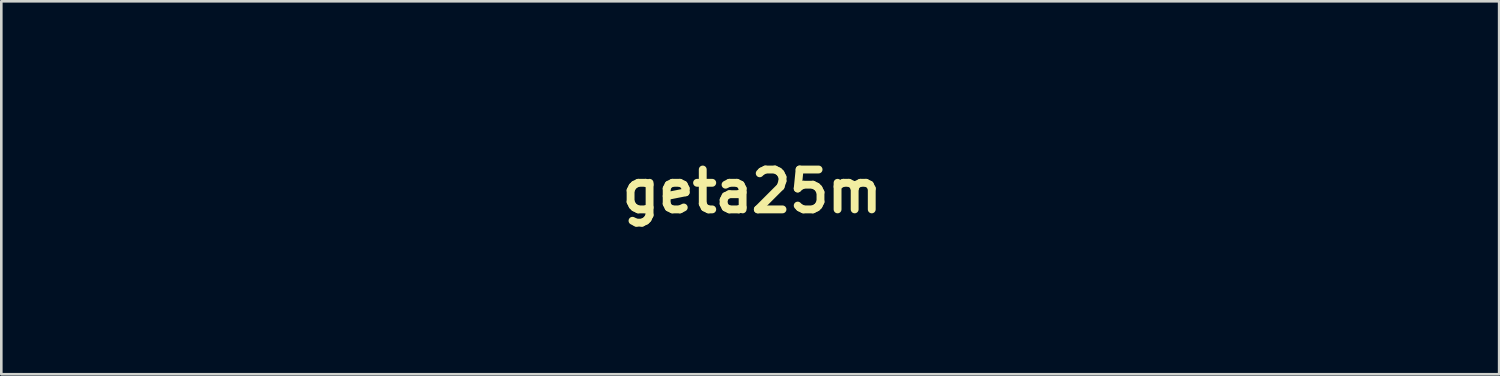
<source format=kicad_pcb>
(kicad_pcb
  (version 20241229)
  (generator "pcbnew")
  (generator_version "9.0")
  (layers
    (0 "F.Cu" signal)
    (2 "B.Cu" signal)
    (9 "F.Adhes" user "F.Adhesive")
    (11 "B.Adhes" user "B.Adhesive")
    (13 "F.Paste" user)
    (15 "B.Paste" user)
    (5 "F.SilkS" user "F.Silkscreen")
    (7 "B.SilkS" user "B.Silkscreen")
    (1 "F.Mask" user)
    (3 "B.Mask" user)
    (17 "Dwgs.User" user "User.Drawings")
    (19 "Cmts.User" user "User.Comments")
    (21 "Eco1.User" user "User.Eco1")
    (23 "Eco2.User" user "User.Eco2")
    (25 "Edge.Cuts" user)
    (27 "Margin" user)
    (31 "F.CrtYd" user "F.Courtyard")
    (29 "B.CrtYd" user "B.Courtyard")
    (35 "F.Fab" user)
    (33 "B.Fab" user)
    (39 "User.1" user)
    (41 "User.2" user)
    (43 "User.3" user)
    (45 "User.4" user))
  (footprint "geta25m"
    (layer "F.Cu")
    (at 25.695 4.263)
    (property "Reference" "geta25m" (at 0 0 0) (layer "F.SilkS") (effects (font (size 1.524 1.524) (thickness 0.3))))
    (attr through_hole)
    (fp_poly (pts (xy -13.587 -3.25) (xy -13.428 -3.201) (xy -13.321 -3.118) (xy -13.298 -3.082) (xy -13.25 -2.961) (xy -13.259 -2.871) (xy -13.329 -2.794) (xy -13.405 -2.747) (xy -13.55 -2.689) (xy -13.746 -2.641) (xy -13.975 -2.605) (xy -14.215 -2.583) (xy -14.447 -2.577) (xy -14.651 -2.589) (xy -14.788 -2.615) (xy -14.886 -2.663) (xy -14.986 -2.74) (xy -15.002 -2.756) (xy -15.106 -2.864) (xy -14.801 -3.011) (xy -14.535 -3.122) (xy -14.27 -3.202) (xy -14.017 -3.251) (xy -13.786 -3.267) (xy -13.587 -3.25)) (stroke (width 0.01) (type solid)) (fill yes) (layer "F.Mask"))
    (fp_poly (pts (xy 4.089 -3.7) (xy 4.323 -3.658) (xy 4.53 -3.594) (xy 4.694 -3.512) (xy 4.787 -3.432) (xy 4.849 -3.313) (xy 4.874 -3.164) (xy 4.865 -3.01) (xy 4.822 -2.874) (xy 4.747 -2.779) (xy 4.744 -2.777) (xy 4.619 -2.73) (xy 4.476 -2.735) (xy 4.354 -2.784) (xy 4.142 -2.932) (xy 3.936 -3.094) (xy 3.752 -3.255) (xy 3.61 -3.4) (xy 3.575 -3.441) (xy 3.495 -3.549) (xy 3.457 -3.624) (xy 3.469 -3.672) (xy 3.535 -3.699) (xy 3.662 -3.711) (xy 3.844 -3.714) (xy 4.089 -3.7)) (stroke (width 0.01) (type solid)) (fill yes) (layer "F.Mask"))
    (fp_poly (pts (xy -11.524 1.914) (xy -11.383 1.95) (xy -11.213 1.998) (xy -11.03 2.055) (xy -10.846 2.117) (xy -10.675 2.179) (xy -10.531 2.237) (xy -10.468 2.265) (xy -10.214 2.402) (xy -10.024 2.538) (xy -9.891 2.683) (xy -9.809 2.847) (xy -9.77 3.04) (xy -9.766 3.253) (xy -9.779 3.426) (xy -9.802 3.538) (xy -9.841 3.601) (xy -9.901 3.626) (xy -9.93 3.628) (xy -9.974 3.607) (xy -10.06 3.548) (xy -10.174 3.463) (xy -10.266 3.391) (xy -10.533 3.165) (xy -10.798 2.924) (xy -11.047 2.68) (xy -11.266 2.447) (xy -11.442 2.239) (xy -11.47 2.203) (xy -11.56 2.08) (xy -11.628 1.98) (xy -11.666 1.915) (xy -11.671 1.898) (xy -11.625 1.896) (xy -11.524 1.914)) (stroke (width 0.01) (type solid)) (fill yes) (layer "F.Mask"))
    (fp_poly (pts (xy -21.751 -1.623) (xy -21.607 -1.604) (xy -21.437 -1.576) (xy -21.257 -1.541) (xy -21.082 -1.501) (xy -20.944 -1.465) (xy -20.574 -1.333) (xy -20.262 -1.17) (xy -20.01 -0.976) (xy -19.823 -0.754) (xy -19.759 -0.642) (xy -19.699 -0.487) (xy -19.67 -0.335) (xy -19.675 -0.21) (xy -19.695 -0.156) (xy -19.76 -0.105) (xy -19.867 -0.062) (xy -19.986 -0.038) (xy -20.023 -0.037) (xy -20.117 -0.057) (xy -20.226 -0.105) (xy -20.247 -0.119) (xy -20.297 -0.148) (xy -20.35 -0.169) (xy -20.418 -0.183) (xy -20.512 -0.193) (xy -20.646 -0.197) (xy -20.83 -0.199) (xy -21.017 -0.2) (xy -21.66 -0.2) (xy -21.528 -0.334) (xy -21.424 -0.427) (xy -21.316 -0.504) (xy -21.275 -0.527) (xy -21.197 -0.569) (xy -21.156 -0.6) (xy -21.155 -0.604) (xy -21.175 -0.643) (xy -21.232 -0.727) (xy -21.314 -0.843) (xy -21.413 -0.978) (xy -21.519 -1.119) (xy -21.623 -1.255) (xy -21.716 -1.373) (xy -21.787 -1.459) (xy -21.816 -1.491) (xy -21.878 -1.562) (xy -21.905 -1.612) (xy -21.903 -1.622) (xy -21.855 -1.63) (xy -21.751 -1.623)) (stroke (width 0.01) (type solid)) (fill yes) (layer "F.Mask"))
    (fp_poly (pts (xy 0.676 0.555) (xy 0.865 0.592) (xy 0.99 0.654) (xy 1.048 0.74) (xy 1.039 0.844) (xy 0.961 0.965) (xy 0.915 1.013) (xy 0.838 1.08) (xy 0.717 1.181) (xy 0.566 1.303) (xy 0.399 1.436) (xy 0.312 1.503) (xy 0.07 1.699) (xy -0.138 1.887) (xy -0.309 2.06) (xy -0.438 2.213) (xy -0.519 2.341) (xy -0.549 2.439) (xy -0.53 2.494) (xy -0.488 2.501) (xy -0.4 2.479) (xy -0.263 2.427) (xy -0.07 2.343) (xy 0.166 2.233) (xy 0.452 2.091) (xy 0.687 1.961) (xy 0.888 1.829) (xy 1.072 1.687) (xy 1.235 1.541) (xy 1.347 1.439) (xy 1.441 1.359) (xy 1.504 1.313) (xy 1.52 1.306) (xy 1.564 1.323) (xy 1.57 1.378) (xy 1.537 1.48) (xy 1.481 1.601) (xy 1.348 1.816) (xy 1.156 2.046) (xy 0.914 2.284) (xy 0.631 2.522) (xy 0.318 2.753) (xy -0.018 2.967) (xy -0.366 3.158) (xy -0.37 3.16) (xy -0.549 3.247) (xy -0.678 3.302) (xy -0.772 3.328) (xy -0.843 3.33) (xy -0.895 3.315) (xy -0.94 3.274) (xy -1.007 3.187) (xy -1.083 3.072) (xy -1.157 2.95) (xy -1.217 2.838) (xy -1.252 2.754) (xy -1.253 2.749) (xy -1.266 2.658) (xy -1.251 2.576) (xy -1.201 2.491) (xy -1.109 2.391) (xy -0.967 2.265) (xy -0.904 2.213) (xy -0.739 2.069) (xy -0.592 1.922) (xy -0.469 1.783) (xy -0.378 1.66) (xy -0.326 1.562) (xy -0.319 1.498) (xy -0.331 1.484) (xy -0.407 1.458) (xy -0.461 1.452) (xy -0.587 1.43) (xy -0.739 1.376) (xy -0.89 1.301) (xy -1.01 1.219) (xy -1.037 1.195) (xy -1.143 1.083) (xy -0.919 1.108) (xy -0.714 1.116) (xy -0.513 1.088) (xy -0.306 1.02) (xy -0.081 0.908) (xy 0.175 0.747) (xy 0.301 0.659) (xy 0.407 0.589) (xy 0.489 0.554) (xy 0.579 0.547) (xy 0.676 0.555)) (stroke (width 0.01) (type solid)) (fill yes) (layer "F.Mask"))
    (fp_poly (pts (xy 19.702 -3.373) (xy 19.79 -3.319) (xy 19.904 -3.243) (xy 19.94 -3.218) (xy 20.059 -3.13) (xy 20.13 -3.069) (xy 20.162 -3.02) (xy 20.167 -2.97) (xy 20.16 -2.927) (xy 20.128 -2.812) (xy 20.069 -2.677) (xy 19.981 -2.517) (xy 19.859 -2.326) (xy 19.699 -2.096) (xy 19.498 -1.822) (xy 19.343 -1.617) (xy 18.762 -0.857) (xy 18.868 -0.793) (xy 18.982 -0.7) (xy 19.045 -0.582) (xy 19.061 -0.425) (xy 19.048 -0.287) (xy 19.034 -0.164) (xy 19.018 0.011) (xy 19.004 0.216) (xy 18.992 0.43) (xy 18.99 0.483) (xy 18.981 0.692) (xy 18.977 0.843) (xy 18.98 0.95) (xy 18.99 1.026) (xy 19.008 1.087) (xy 19.037 1.145) (xy 19.049 1.166) (xy 19.084 1.234) (xy 19.106 1.294) (xy 19.115 1.363) (xy 19.112 1.46) (xy 19.099 1.602) (xy 19.087 1.712) (xy 19.045 2.028) (xy 18.992 2.327) (xy 18.931 2.599) (xy 18.864 2.837) (xy 18.793 3.032) (xy 18.722 3.175) (xy 18.652 3.259) (xy 18.62 3.275) (xy 18.537 3.265) (xy 18.421 3.197) (xy 18.383 3.169) (xy 18.209 3.006) (xy 18.075 2.824) (xy 17.989 2.638) (xy 17.961 2.477) (xy 17.972 2.41) (xy 18.002 2.289) (xy 18.046 2.129) (xy 18.101 1.944) (xy 18.127 1.86) (xy 18.237 1.495) (xy 18.322 1.176) (xy 18.386 0.88) (xy 18.434 0.588) (xy 18.469 0.282) (xy 18.486 0.098) (xy 18.494 -0.029) (xy 18.492 -0.113) (xy 18.48 -0.171) (xy 18.457 -0.216) (xy 18.445 -0.234) (xy 18.383 -0.298) (xy 18.331 -0.325) (xy 18.286 -0.305) (xy 18.195 -0.248) (xy 18.07 -0.162) (xy 17.923 -0.056) (xy 17.86 -0.009) (xy 17.628 0.165) (xy 17.448 0.298) (xy 17.312 0.395) (xy 17.217 0.46) (xy 17.156 0.496) (xy 17.123 0.508) (xy 17.121 0.508) (xy 17.076 0.485) (xy 17.018 0.435) (xy 16.975 0.376) (xy 16.953 0.291) (xy 16.946 0.16) (xy 16.945 0.13) (xy 16.945 -0.103) (xy 17.582 -0.714) (xy 18.007 -1.137) (xy 18.384 -1.547) (xy 18.73 -1.965) (xy 19.04 -2.377) (xy 19.193 -2.597) (xy 19.331 -2.811) (xy 19.446 -3.004) (xy 19.53 -3.165) (xy 19.57 -3.261) (xy 19.607 -3.346) (xy 19.646 -3.391) (xy 19.654 -3.393) (xy 19.702 -3.373)) (stroke (width 0.01) (type solid)) (fill yes) (layer "F.Mask"))
    (fp_poly (pts (xy -21.332 -3.544) (xy -21.106 -3.538) (xy -20.854 -3.527) (xy -20.591 -3.513) (xy -20.331 -3.497) (xy -20.092 -3.478) (xy -19.887 -3.457) (xy -19.795 -3.446) (xy -19.583 -3.4) (xy -19.375 -3.325) (xy -19.182 -3.23) (xy -19.015 -3.12) (xy -18.888 -3.004) (xy -18.812 -2.89) (xy -18.796 -2.815) (xy -18.804 -2.751) (xy -18.834 -2.702) (xy -18.892 -2.668) (xy -18.985 -2.647) (xy -19.122 -2.639) (xy -19.308 -2.643) (xy -19.551 -2.658) (xy -19.859 -2.684) (xy -19.885 -2.686) (xy -20.306 -2.721) (xy -20.711 -2.749) (xy -21.093 -2.769) (xy -21.444 -2.782) (xy -21.759 -2.788) (xy -22.03 -2.786) (xy -22.251 -2.776) (xy -22.414 -2.758) (xy -22.513 -2.733) (xy -22.525 -2.726) (xy -22.539 -2.685) (xy -22.514 -2.597) (xy -22.476 -2.511) (xy -22.414 -2.371) (xy -22.361 -2.222) (xy -22.315 -2.059) (xy -22.276 -1.876) (xy -22.244 -1.667) (xy -22.218 -1.427) (xy -22.198 -1.149) (xy -22.183 -0.828) (xy -22.172 -0.459) (xy -22.166 -0.035) (xy -22.163 0.449) (xy -22.164 1) (xy -22.164 1.083) (xy -22.166 1.538) (xy -22.169 1.927) (xy -22.174 2.255) (xy -22.18 2.531) (xy -22.189 2.759) (xy -22.201 2.946) (xy -22.216 3.099) (xy -22.236 3.223) (xy -22.26 3.326) (xy -22.289 3.414) (xy -22.323 3.492) (xy -22.364 3.567) (xy -22.37 3.577) (xy -22.464 3.717) (xy -22.551 3.79) (xy -22.641 3.798) (xy -22.744 3.741) (xy -22.873 3.62) (xy -22.877 3.615) (xy -22.989 3.483) (xy -23.098 3.333) (xy -23.167 3.22) (xy -23.274 3.019) (xy -23.174 2.344) (xy -23.144 2.129) (xy -23.119 1.922) (xy -23.098 1.709) (xy -23.08 1.478) (xy -23.064 1.218) (xy -23.05 0.914) (xy -23.036 0.555) (xy -23.031 0.408) (xy -23.013 -0.138) (xy -23 -0.616) (xy -22.992 -1.031) (xy -22.989 -1.387) (xy -22.992 -1.688) (xy -23 -1.938) (xy -23.013 -2.143) (xy -23.032 -2.306) (xy -23.057 -2.433) (xy -23.088 -2.526) (xy -23.112 -2.574) (xy -23.133 -2.592) (xy -23.175 -2.601) (xy -23.248 -2.6) (xy -23.363 -2.589) (xy -23.529 -2.568) (xy -23.737 -2.537) (xy -23.967 -2.506) (xy -24.202 -2.48) (xy -24.42 -2.461) (xy -24.598 -2.451) (xy -24.656 -2.45) (xy -24.826 -2.454) (xy -24.948 -2.467) (xy -25.046 -2.493) (xy -25.145 -2.537) (xy -25.164 -2.547) (xy -25.298 -2.633) (xy -25.431 -2.746) (xy -25.55 -2.869) (xy -25.639 -2.989) (xy -25.686 -3.09) (xy -25.69 -3.119) (xy -25.656 -3.139) (xy -25.561 -3.152) (xy -25.417 -3.157) (xy -25.409 -3.157) (xy -25.053 -3.167) (xy -24.628 -3.193) (xy -24.139 -3.237) (xy -23.586 -3.297) (xy -22.974 -3.373) (xy -22.973 -3.374) (xy -22.688 -3.411) (xy -22.413 -3.446) (xy -22.161 -3.478) (xy -21.943 -3.505) (xy -21.772 -3.525) (xy -21.658 -3.538) (xy -21.644 -3.539) (xy -21.517 -3.544) (xy -21.332 -3.544)) (stroke (width 0.01) (type solid)) (fill yes) (layer "F.Mask"))
    (fp_poly (pts (xy -10.889 -3.613) (xy -10.761 -3.572) (xy -10.616 -3.515) (xy -10.476 -3.452) (xy -10.366 -3.391) (xy -10.346 -3.378) (xy -10.292 -3.331) (xy -10.255 -3.273) (xy -10.228 -3.185) (xy -10.204 -3.046) (xy -10.199 -3.013) (xy -10.179 -2.787) (xy -10.184 -2.542) (xy -10.216 -2.261) (xy -10.275 -1.932) (xy -10.291 -1.857) (xy -10.316 -1.726) (xy -10.329 -1.626) (xy -10.33 -1.574) (xy -10.328 -1.571) (xy -10.288 -1.575) (xy -10.212 -1.609) (xy -10.189 -1.622) (xy -10.112 -1.676) (xy -10.081 -1.735) (xy -10.08 -1.83) (xy -10.08 -1.841) (xy -10.079 -1.939) (xy -10.063 -2.003) (xy -10.055 -2.011) (xy -9.994 -2.02) (xy -9.882 -2.01) (xy -9.738 -1.987) (xy -9.581 -1.953) (xy -9.428 -1.912) (xy -9.334 -1.88) (xy -9.196 -1.816) (xy -9.067 -1.734) (xy -9.006 -1.683) (xy -8.938 -1.602) (xy -8.913 -1.53) (xy -8.935 -1.461) (xy -9.009 -1.39) (xy -9.139 -1.311) (xy -9.332 -1.219) (xy -9.461 -1.162) (xy -9.636 -1.09) (xy -9.848 -1.009) (xy -10.064 -0.93) (xy -10.18 -0.889) (xy -10.581 -0.753) (xy -10.666 -0.512) (xy -10.723 -0.362) (xy -10.798 -0.181) (xy -10.875 -0.003) (xy -10.892 0.033) (xy -10.952 0.166) (xy -10.996 0.272) (xy -11.02 0.334) (xy -11.022 0.345) (xy -10.985 0.351) (xy -10.889 0.363) (xy -10.75 0.379) (xy -10.582 0.397) (xy -10.577 0.397) (xy -10.021 0.479) (xy -9.524 0.602) (xy -9.084 0.768) (xy -8.703 0.977) (xy -8.378 1.228) (xy -8.364 1.24) (xy -8.171 1.439) (xy -8.045 1.613) (xy -7.984 1.763) (xy -7.99 1.892) (xy -8.055 1.996) (xy -8.109 2.039) (xy -8.172 2.059) (xy -8.255 2.055) (xy -8.372 2.024) (xy -8.533 1.966) (xy -8.674 1.909) (xy -8.843 1.843) (xy -9.003 1.787) (xy -9.131 1.747) (xy -9.197 1.731) (xy -9.304 1.706) (xy -9.368 1.676) (xy -9.382 1.65) (xy -9.337 1.634) (xy -9.3 1.633) (xy -9.223 1.618) (xy -9.138 1.583) (xy -9.067 1.538) (xy -9.031 1.497) (xy -9.035 1.479) (xy -9.136 1.405) (xy -9.28 1.314) (xy -9.446 1.217) (xy -9.613 1.129) (xy -9.669 1.101) (xy -9.841 1.031) (xy -10.038 0.974) (xy -10.27 0.927) (xy -10.551 0.888) (xy -10.89 0.857) (xy -10.979 0.85) (xy -11.311 0.825) (xy -11.72 1.246) (xy -11.863 1.391) (xy -11.994 1.517) (xy -12.103 1.615) (xy -12.178 1.676) (xy -12.203 1.691) (xy -12.284 1.682) (xy -12.363 1.616) (xy -12.428 1.506) (xy -12.464 1.382) (xy -12.472 1.317) (xy -12.469 1.259) (xy -12.449 1.197) (xy -12.406 1.123) (xy -12.334 1.026) (xy -12.227 0.896) (xy -12.079 0.724) (xy -12.048 0.689) (xy -11.785 0.358) (xy -11.566 0.027) (xy -11.402 -0.29) (xy -11.393 -0.309) (xy -11.352 -0.411) (xy -11.326 -0.483) (xy -11.321 -0.502) (xy -11.354 -0.513) (xy -11.438 -0.517) (xy -11.516 -0.514) (xy -11.693 -0.52) (xy -11.833 -0.566) (xy -11.838 -0.568) (xy -11.909 -0.615) (xy -12.007 -0.693) (xy -12.123 -0.793) (xy -12.247 -0.905) (xy -12.368 -1.019) (xy -12.476 -1.126) (xy -12.562 -1.216) (xy -12.613 -1.279) (xy -12.621 -1.306) (xy -12.619 -1.306) (xy -12.558 -1.295) (xy -12.454 -1.265) (xy -12.352 -1.231) (xy -12.174 -1.187) (xy -11.972 -1.167) (xy -11.76 -1.168) (xy -11.553 -1.19) (xy -11.365 -1.229) (xy -11.209 -1.285) (xy -11.101 -1.354) (xy -11.061 -1.41) (xy -11.018 -1.554) (xy -10.976 -1.75) (xy -10.937 -1.98) (xy -10.906 -2.223) (xy -10.885 -2.459) (xy -10.877 -2.621) (xy -10.868 -3.03) (xy -11.103 -3.149) (xy -11.22 -3.214) (xy -11.308 -3.273) (xy -11.349 -3.315) (xy -11.35 -3.317) (xy -11.33 -3.37) (xy -11.266 -3.442) (xy -11.178 -3.52) (xy -11.083 -3.586) (xy -11.002 -3.624) (xy -10.977 -3.629) (xy -10.889 -3.613)) (stroke (width 0.01) (type solid)) (fill yes) (layer "F.Mask"))
    (fp_poly (pts (xy 23.258 -2.717) (xy 23.513 -2.582) (xy 23.698 -2.441) (xy 23.816 -2.289) (xy 23.871 -2.121) (xy 23.864 -1.933) (xy 23.823 -1.783) (xy 23.786 -1.703) (xy 23.717 -1.576) (xy 23.623 -1.416) (xy 23.513 -1.236) (xy 23.426 -1.098) (xy 23.081 -0.562) (xy 23.193 -0.539) (xy 23.38 -0.464) (xy 23.532 -0.326) (xy 23.649 -0.128) (xy 23.73 0.131) (xy 23.775 0.448) (xy 23.783 0.708) (xy 23.782 0.889) (xy 23.777 1.023) (xy 23.763 1.132) (xy 23.736 1.238) (xy 23.691 1.361) (xy 23.623 1.525) (xy 23.605 1.569) (xy 23.599 1.617) (xy 23.647 1.632) (xy 23.669 1.633) (xy 23.741 1.642) (xy 23.868 1.668) (xy 24.038 1.706) (xy 24.236 1.754) (xy 24.448 1.807) (xy 24.66 1.864) (xy 24.858 1.919) (xy 24.998 1.96) (xy 25.238 2.054) (xy 25.41 2.167) (xy 25.512 2.298) (xy 25.545 2.448) (xy 25.521 2.591) (xy 25.453 2.683) (xy 25.345 2.718) (xy 25.325 2.718) (xy 25.245 2.709) (xy 25.121 2.691) (xy 24.983 2.667) (xy 24.663 2.6) (xy 24.329 2.515) (xy 23.957 2.404) (xy 23.916 2.391) (xy 23.563 2.296) (xy 23.218 2.242) (xy 22.858 2.225) (xy 22.462 2.246) (xy 22.316 2.26) (xy 22.066 2.291) (xy 21.781 2.331) (xy 21.497 2.375) (xy 21.263 2.415) (xy 20.9 2.471) (xy 20.561 2.504) (xy 20.229 2.516) (xy 20.025 2.517) (xy 19.878 2.516) (xy 19.771 2.508) (xy 19.689 2.492) (xy 19.614 2.467) (xy 19.532 2.429) (xy 19.516 2.421) (xy 19.374 2.344) (xy 19.277 2.274) (xy 19.233 2.22) (xy 19.238 2.195) (xy 19.279 2.182) (xy 19.374 2.164) (xy 19.503 2.144) (xy 19.529 2.14) (xy 19.669 2.117) (xy 19.835 2.086) (xy 20.012 2.049) (xy 20.185 2.009) (xy 20.337 1.972) (xy 20.453 1.94) (xy 20.518 1.916) (xy 20.525 1.912) (xy 20.529 1.867) (xy 20.514 1.807) (xy 21.275 1.807) (xy 21.314 1.803) (xy 21.331 1.798) (xy 21.391 1.784) (xy 21.508 1.764) (xy 21.664 1.738) (xy 21.846 1.71) (xy 21.885 1.705) (xy 22.078 1.678) (xy 22.257 1.655) (xy 22.403 1.64) (xy 22.5 1.633) (xy 22.508 1.633) (xy 22.641 1.606) (xy 22.756 1.521) (xy 22.861 1.372) (xy 22.908 1.278) (xy 22.943 1.192) (xy 22.966 1.104) (xy 22.978 0.996) (xy 22.983 0.849) (xy 22.983 0.681) (xy 22.978 0.473) (xy 22.966 0.326) (xy 22.942 0.231) (xy 22.901 0.176) (xy 22.838 0.151) (xy 22.748 0.145) (xy 22.745 0.145) (xy 22.691 0.147) (xy 22.642 0.157) (xy 22.593 0.181) (xy 22.536 0.225) (xy 22.465 0.297) (xy 22.375 0.402) (xy 22.257 0.547) (xy 22.107 0.738) (xy 21.967 0.916) (xy 21.824 1.099) (xy 21.685 1.275) (xy 21.561 1.429) (xy 21.462 1.551) (xy 21.406 1.617) (xy 21.318 1.723) (xy 21.275 1.783) (xy 21.275 1.807) (xy 20.514 1.807) (xy 20.509 1.785) (xy 20.505 1.773) (xy 20.484 1.67) (xy 20.489 1.541) (xy 20.506 1.436) (xy 20.532 1.315) (xy 20.557 1.224) (xy 20.574 1.186) (xy 20.619 1.182) (xy 20.702 1.207) (xy 20.733 1.221) (xy 20.865 1.284) (xy 21.033 1.123) (xy 21.124 1.029) (xy 21.23 0.911) (xy 21.342 0.781) (xy 21.448 0.652) (xy 21.538 0.537) (xy 21.601 0.449) (xy 21.626 0.401) (xy 21.626 0.4) (xy 21.594 0.378) (xy 21.505 0.338) (xy 21.373 0.288) (xy 21.209 0.23) (xy 21.173 0.218) (xy 20.965 0.146) (xy 20.812 0.088) (xy 20.718 0.045) (xy 20.685 0.018) (xy 20.717 0.011) (xy 20.729 0.011) (xy 20.78 -0.002) (xy 20.879 -0.041) (xy 21.005 -0.097) (xy 21.048 -0.118) (xy 21.213 -0.189) (xy 21.427 -0.267) (xy 21.666 -0.347) (xy 21.907 -0.419) (xy 22.126 -0.476) (xy 22.181 -0.488) (xy 22.263 -0.537) (xy 22.366 -0.651) (xy 22.486 -0.825) (xy 22.62 -1.054) (xy 22.734 -1.27) (xy 22.805 -1.417) (xy 22.882 -1.581) (xy 22.957 -1.747) (xy 23.023 -1.9) (xy 23.076 -2.027) (xy 23.108 -2.112) (xy 23.114 -2.138) (xy 23.08 -2.142) (xy 22.987 -2.134) (xy 22.845 -2.116) (xy 22.667 -2.09) (xy 22.515 -2.065) (xy 22.275 -2.026) (xy 22.093 -2.001) (xy 21.955 -1.99) (xy 21.848 -1.994) (xy 21.758 -2.012) (xy 21.673 -2.046) (xy 21.606 -2.079) (xy 21.538 -2.125) (xy 21.449 -2.2) (xy 21.352 -2.288) (xy 21.262 -2.378) (xy 21.192 -2.455) (xy 21.157 -2.506) (xy 21.157 -2.517) (xy 21.197 -2.526) (xy 21.295 -2.541) (xy 21.44 -2.56) (xy 21.617 -2.582) (xy 21.699 -2.591) (xy 21.932 -2.621) (xy 22.182 -2.658) (xy 22.421 -2.698) (xy 22.617 -2.736) (xy 22.624 -2.738) (xy 23.023 -2.825) (xy 23.258 -2.717)) (stroke (width 0.01) (type solid)) (fill yes) (layer "F.Mask"))
    (fp_poly (pts (xy 1.549 -4.257) (xy 1.774 -4.206) (xy 1.861 -4.176) (xy 1.944 -4.128) (xy 2.054 -4.045) (xy 2.168 -3.945) (xy 2.265 -3.848) (xy 2.323 -3.773) (xy 2.336 -3.719) (xy 2.354 -3.605) (xy 2.374 -3.444) (xy 2.395 -3.25) (xy 2.412 -3.063) (xy 2.439 -2.772) (xy 2.468 -2.483) (xy 2.497 -2.207) (xy 2.526 -1.955) (xy 2.552 -1.737) (xy 2.576 -1.565) (xy 2.595 -1.45) (xy 2.601 -1.421) (xy 2.62 -1.37) (xy 2.658 -1.35) (xy 2.736 -1.353) (xy 2.79 -1.36) (xy 2.908 -1.383) (xy 3.063 -1.421) (xy 3.224 -1.467) (xy 3.24 -1.472) (xy 3.547 -1.541) (xy 3.829 -1.551) (xy 4.079 -1.502) (xy 4.293 -1.395) (xy 4.399 -1.307) (xy 4.49 -1.208) (xy 4.528 -1.14) (xy 4.514 -1.087) (xy 4.453 -1.036) (xy 4.449 -1.034) (xy 4.407 -1.01) (xy 4.351 -0.989) (xy 4.271 -0.969) (xy 4.158 -0.947) (xy 4.002 -0.922) (xy 3.795 -0.892) (xy 3.526 -0.855) (xy 3.483 -0.85) (xy 3.291 -0.821) (xy 3.107 -0.791) (xy 2.953 -0.761) (xy 2.855 -0.737) (xy 2.752 -0.704) (xy 2.704 -0.672) (xy 2.694 -0.626) (xy 2.703 -0.569) (xy 2.799 -0.208) (xy 2.947 0.183) (xy 3.141 0.592) (xy 3.374 1.006) (xy 3.638 1.415) (xy 3.926 1.805) (xy 4.231 2.167) (xy 4.546 2.487) (xy 4.547 2.487) (xy 4.719 2.64) (xy 4.891 2.781) (xy 5.053 2.902) (xy 5.193 2.996) (xy 5.304 3.056) (xy 5.373 3.076) (xy 5.381 3.074) (xy 5.446 3.015) (xy 5.507 2.895) (xy 5.562 2.726) (xy 5.608 2.52) (xy 5.641 2.289) (xy 5.66 2.044) (xy 5.662 1.942) (xy 5.664 1.76) (xy 5.749 1.98) (xy 5.797 2.142) (xy 5.841 2.355) (xy 5.877 2.599) (xy 5.902 2.854) (xy 5.914 3.098) (xy 5.915 3.157) (xy 5.923 3.306) (xy 5.955 3.417) (xy 6.005 3.505) (xy 6.074 3.624) (xy 6.09 3.716) (xy 6.056 3.801) (xy 6.032 3.833) (xy 5.905 3.941) (xy 5.748 3.986) (xy 5.558 3.969) (xy 5.389 3.914) (xy 5.19 3.815) (xy 4.951 3.663) (xy 4.68 3.465) (xy 4.382 3.226) (xy 4.066 2.95) (xy 3.736 2.643) (xy 3.626 2.536) (xy 3.252 2.124) (xy 2.905 1.654) (xy 2.59 1.134) (xy 2.314 0.575) (xy 2.083 -0.014) (xy 1.995 -0.284) (xy 1.95 -0.422) (xy 1.913 -0.5) (xy 1.878 -0.531) (xy 1.856 -0.53) (xy 1.796 -0.514) (xy 1.685 -0.484) (xy 1.541 -0.445) (xy 1.45 -0.421) (xy 1.191 -0.346) (xy 0.888 -0.249) (xy 0.556 -0.137) (xy 0.209 -0.013) (xy -0.138 0.117) (xy -0.471 0.247) (xy -0.777 0.372) (xy -1.039 0.487) (xy -1.227 0.577) (xy -1.422 0.647) (xy -1.603 0.657) (xy -1.688 0.623) (xy -1.792 0.541) (xy -1.897 0.427) (xy -1.98 0.307) (xy -2.072 0.15) (xy -1.998 0.004) (xy -1.912 -0.124) (xy -1.819 -0.192) (xy -1.73 -0.199) (xy -1.653 -0.14) (xy -1.632 -0.107) (xy -1.59 -0.062) (xy -1.523 -0.064) (xy -1.497 -0.072) (xy -1.046 -0.216) (xy -0.658 -0.34) (xy -0.324 -0.447) (xy -0.036 -0.54) (xy 0.211 -0.62) (xy 0.427 -0.691) (xy 0.618 -0.754) (xy 0.791 -0.812) (xy 0.955 -0.868) (xy 1.089 -0.914) (xy 1.291 -0.984) (xy 1.47 -1.048) (xy 1.613 -1.101) (xy 1.71 -1.138) (xy 1.749 -1.156) (xy 1.751 -1.199) (xy 1.741 -1.297) (xy 1.719 -1.438) (xy 1.687 -1.606) (xy 1.685 -1.615) (xy 1.651 -1.782) (xy 1.623 -1.921) (xy 1.604 -2.018) (xy 1.597 -2.059) (xy 1.597 -2.059) (xy 1.579 -2.069) (xy 1.521 -2.051) (xy 1.418 -2.003) (xy 1.262 -1.922) (xy 1.129 -1.85) (xy 0.953 -1.756) (xy 0.778 -1.67) (xy 0.624 -1.599) (xy 0.524 -1.559) (xy 0.265 -1.502) (xy -0.016 -1.492) (xy -0.294 -1.528) (xy -0.548 -1.608) (xy -0.646 -1.657) (xy -0.736 -1.724) (xy -0.839 -1.825) (xy -0.944 -1.943) (xy -1.035 -2.062) (xy -1.1 -2.165) (xy -1.125 -2.235) (xy -1.125 -2.236) (xy -1.125 -2.266) (xy -1.116 -2.279) (xy -1.082 -2.273) (xy -1.01 -2.246) (xy -0.889 -2.196) (xy -0.757 -2.148) (xy -0.635 -2.115) (xy -0.565 -2.105) (xy -0.419 -2.12) (xy -0.235 -2.16) (xy -0.035 -2.22) (xy 0.154 -2.291) (xy 0.236 -2.329) (xy 0.466 -2.421) (xy 0.686 -2.457) (xy 0.919 -2.441) (xy 1.09 -2.402) (xy 1.229 -2.363) (xy 1.346 -2.328) (xy 1.419 -2.305) (xy 1.424 -2.303) (xy 1.463 -2.301) (xy 1.483 -2.339) (xy 1.484 -2.422) (xy 1.467 -2.559) (xy 1.429 -2.757) (xy 1.414 -2.83) (xy 1.354 -3.097) (xy 1.292 -3.328) (xy 1.217 -3.559) (xy 1.135 -3.781) (xy 1.087 -3.91) (xy 1.066 -3.992) (xy 1.067 -4.048) (xy 1.089 -4.097) (xy 1.1 -4.114) (xy 1.205 -4.21) (xy 1.357 -4.258) (xy 1.549 -4.257)) (stroke (width 0.01) (type solid)) (fill yes) (layer "F.Mask"))
    (fp_poly (pts (xy -14.282 -2.271) (xy -14.14 -2.229) (xy -13.977 -2.168) (xy -13.809 -2.094) (xy -13.649 -2.014) (xy -13.511 -1.935) (xy -13.409 -1.863) (xy -13.357 -1.805) (xy -13.353 -1.79) (xy -13.376 -1.743) (xy -13.437 -1.659) (xy -13.524 -1.554) (xy -13.553 -1.52) (xy -13.69 -1.353) (xy -13.767 -1.224) (xy -13.786 -1.129) (xy -13.774 -1.094) (xy -13.727 -1.065) (xy -13.637 -1.04) (xy -13.613 -1.035) (xy -13.495 -1.003) (xy -13.384 -0.954) (xy -13.297 -0.897) (xy -13.254 -0.845) (xy -13.253 -0.826) (xy -13.29 -0.791) (xy -13.375 -0.732) (xy -13.496 -0.66) (xy -13.57 -0.618) (xy -13.713 -0.539) (xy -13.805 -0.479) (xy -13.861 -0.425) (xy -13.896 -0.364) (xy -13.921 -0.29) (xy -13.959 -0.149) (xy -13.968 -0.062) (xy -13.944 -0.017) (xy -13.885 -0.001) (xy -13.844 0) (xy -13.641 0.031) (xy -13.424 0.119) (xy -13.211 0.254) (xy -13.086 0.36) (xy -12.945 0.501) (xy -12.852 0.616) (xy -12.8 0.726) (xy -12.779 0.848) (xy -12.781 1.004) (xy -12.785 1.059) (xy -12.819 1.349) (xy -12.88 1.615) (xy -12.975 1.885) (xy -13.104 2.167) (xy -13.268 2.459) (xy -13.452 2.715) (xy -13.65 2.928) (xy -13.856 3.096) (xy -14.062 3.212) (xy -14.262 3.272) (xy -14.45 3.272) (xy -14.569 3.234) (xy -14.682 3.16) (xy -14.829 3.034) (xy -15.003 2.861) (xy -15.199 2.648) (xy -15.409 2.402) (xy -15.627 2.131) (xy -15.706 2.03) (xy -16.09 2.126) (xy -16.266 2.169) (xy -16.388 2.193) (xy -16.474 2.2) (xy -16.538 2.192) (xy -16.584 2.176) (xy -16.692 2.095) (xy -16.773 1.965) (xy -16.821 1.804) (xy -16.83 1.633) (xy -16.796 1.472) (xy -16.782 1.439) (xy -16.735 1.355) (xy -16.692 1.309) (xy -16.683 1.306) (xy -16.636 1.329) (xy -16.559 1.385) (xy -16.517 1.42) (xy -16.451 1.476) (xy -16.394 1.508) (xy -16.327 1.521) (xy -16.228 1.519) (xy -16.095 1.509) (xy -15.799 1.477) (xy -15.546 1.432) (xy -15.311 1.366) (xy -15.069 1.271) (xy -14.794 1.142) (xy -14.778 1.134) (xy -14.609 1.051) (xy -14.462 0.983) (xy -14.351 0.936) (xy -14.287 0.914) (xy -14.277 0.914) (xy -14.288 0.952) (xy -14.348 1.024) (xy -14.447 1.124) (xy -14.578 1.244) (xy -14.73 1.376) (xy -14.894 1.511) (xy -15.061 1.643) (xy -15.222 1.762) (xy -15.368 1.862) (xy -15.446 1.911) (xy -15.536 1.969) (xy -15.593 2.015) (xy -15.603 2.031) (xy -15.575 2.078) (xy -15.503 2.151) (xy -15.404 2.234) (xy -15.294 2.315) (xy -15.191 2.379) (xy -15.154 2.398) (xy -15.03 2.439) (xy -14.872 2.461) (xy -14.696 2.466) (xy -14.496 2.459) (xy -14.345 2.428) (xy -14.223 2.364) (xy -14.106 2.256) (xy -14.012 2.143) (xy -13.771 1.803) (xy -13.597 1.475) (xy -13.486 1.15) (xy -13.436 0.845) (xy -13.427 0.709) (xy -13.429 0.622) (xy -13.449 0.564) (xy -13.493 0.511) (xy -13.537 0.47) (xy -13.62 0.4) (xy -13.691 0.373) (xy -13.787 0.376) (xy -13.823 0.381) (xy -13.922 0.402) (xy -14.071 0.44) (xy -14.247 0.491) (xy -14.427 0.547) (xy -14.644 0.616) (xy -14.806 0.66) (xy -14.924 0.681) (xy -15.01 0.68) (xy -15.077 0.66) (xy -15.134 0.622) (xy -15.188 0.568) (xy -15.195 0.512) (xy -15.172 0.445) (xy -15.09 0.335) (xy -14.967 0.267) (xy -14.881 0.254) (xy -14.8 0.242) (xy -14.705 0.215) (xy -14.635 0.181) (xy -14.596 0.127) (xy -14.574 0.028) (xy -14.57 0.007) (xy -14.552 -0.109) (xy -14.534 -0.203) (xy -14.528 -0.227) (xy -14.524 -0.26) (xy -14.549 -0.277) (xy -14.614 -0.279) (xy -14.736 -0.27) (xy -14.757 -0.268) (xy -14.925 -0.26) (xy -15.051 -0.274) (xy -15.146 -0.305) (xy -15.235 -0.338) (xy -15.292 -0.353) (xy -15.299 -0.352) (xy -15.311 -0.313) (xy -15.333 -0.22) (xy -15.362 -0.087) (xy -15.381 0.002) (xy -15.431 0.221) (xy -15.491 0.431) (xy -15.553 0.615) (xy -15.613 0.754) (xy -15.636 0.795) (xy -15.686 0.821) (xy -15.757 0.792) (xy -15.839 0.72) (xy -15.923 0.617) (xy -16.001 0.494) (xy -16.061 0.363) (xy -16.094 0.237) (xy -16.096 0.129) (xy -16.081 -0.033) (xy -16.051 -0.237) (xy -16.01 -0.469) (xy -15.983 -0.599) (xy -15.31 -0.599) (xy -15.297 -0.558) (xy -15.25 -0.552) (xy -15.154 -0.577) (xy -15.074 -0.604) (xy -14.946 -0.658) (xy -14.829 -0.728) (xy -14.792 -0.758) (xy -14.686 -0.87) (xy -14.585 -1.004) (xy -14.504 -1.136) (xy -14.46 -1.24) (xy -14.452 -1.283) (xy -14.463 -1.312) (xy -14.506 -1.332) (xy -14.594 -1.349) (xy -14.74 -1.368) (xy -14.757 -1.37) (xy -14.914 -1.385) (xy -15.055 -1.393) (xy -15.155 -1.392) (xy -15.177 -1.39) (xy -15.227 -1.377) (xy -15.257 -1.352) (xy -15.271 -1.298) (xy -15.276 -1.2) (xy -15.277 -1.093) (xy -15.28 -0.937) (xy -15.288 -0.79) (xy -15.299 -0.683) (xy -15.3 -0.68) (xy -15.31 -0.599) (xy -15.983 -0.599) (xy -15.959 -0.719) (xy -15.903 -0.973) (xy -15.843 -1.218) (xy -15.783 -1.442) (xy -15.725 -1.633) (xy -15.673 -1.778) (xy -15.628 -1.863) (xy -15.626 -1.866) (xy -15.548 -1.962) (xy -15.403 -1.726) (xy -15.332 -1.614) (xy -15.274 -1.53) (xy -15.242 -1.49) (xy -15.239 -1.489) (xy -15.204 -1.506) (xy -15.121 -1.552) (xy -15.005 -1.619) (xy -14.87 -1.698) (xy -14.73 -1.781) (xy -14.6 -1.859) (xy -14.494 -1.924) (xy -14.426 -1.967) (xy -14.41 -1.979) (xy -14.418 -2.015) (xy -14.455 -2.09) (xy -14.474 -2.123) (xy -14.521 -2.208) (xy -14.548 -2.262) (xy -14.551 -2.27) (xy -14.518 -2.28) (xy -14.436 -2.285) (xy -14.391 -2.286) (xy -14.282 -2.271)) (stroke (width 0.01) (type solid)) (fill yes) (layer "F.Mask"))
    (fp_poly (pts (xy 9.56 -3.594) (xy 9.705 -3.568) (xy 9.729 -3.561) (xy 9.835 -3.507) (xy 9.946 -3.424) (xy 9.976 -3.395) (xy 10.053 -3.304) (xy 10.087 -3.217) (xy 10.094 -3.096) (xy 10.09 -3.006) (xy 10.077 -2.864) (xy 10.059 -2.686) (xy 10.036 -2.485) (xy 10.012 -2.278) (xy 9.987 -2.078) (xy 9.963 -1.902) (xy 9.942 -1.764) (xy 9.926 -1.678) (xy 9.923 -1.665) (xy 9.923 -1.632) (xy 9.959 -1.611) (xy 10.043 -1.598) (xy 10.14 -1.59) (xy 10.323 -1.56) (xy 10.459 -1.499) (xy 10.54 -1.412) (xy 10.559 -1.333) (xy 10.528 -1.246) (xy 10.447 -1.155) (xy 10.337 -1.078) (xy 10.217 -1.033) (xy 10.211 -1.032) (xy 10.036 -0.985) (xy 9.921 -0.921) (xy 9.871 -0.843) (xy 9.869 -0.825) (xy 9.866 -0.758) (xy 9.858 -0.636) (xy 9.846 -0.477) (xy 9.833 -0.312) (xy 9.82 -0.143) (xy 9.811 -0.003) (xy 9.807 0.094) (xy 9.809 0.133) (xy 9.809 0.133) (xy 9.84 0.116) (xy 9.913 0.06) (xy 10.017 -0.024) (xy 10.104 -0.097) (xy 10.233 -0.206) (xy 10.313 -0.267) (xy 10.353 -0.28) (xy 10.357 -0.247) (xy 10.333 -0.169) (xy 10.314 -0.118) (xy 10.313 -0.076) (xy 10.356 -0.081) (xy 10.434 -0.127) (xy 10.541 -0.208) (xy 10.669 -0.319) (xy 10.812 -0.454) (xy 10.961 -0.608) (xy 10.972 -0.62) (xy 11.138 -0.811) (xy 11.331 -1.056) (xy 11.545 -1.342) (xy 11.77 -1.66) (xy 11.999 -1.999) (xy 12.057 -2.086) (xy 12.164 -2.255) (xy 12.273 -2.432) (xy 12.375 -2.606) (xy 12.465 -2.765) (xy 12.536 -2.895) (xy 12.579 -2.987) (xy 12.591 -3.022) (xy 12.563 -3.026) (xy 12.496 -3) (xy 12.484 -2.995) (xy 12.361 -2.944) (xy 12.289 -2.944) (xy 12.27 -2.99) (xy 12.305 -3.081) (xy 12.384 -3.199) (xy 12.517 -3.355) (xy 12.644 -3.452) (xy 12.785 -3.503) (xy 12.958 -3.515) (xy 13.014 -3.513) (xy 13.194 -3.494) (xy 13.318 -3.452) (xy 13.4 -3.379) (xy 13.456 -3.267) (xy 13.457 -3.264) (xy 13.471 -3.204) (xy 13.464 -3.139) (xy 13.431 -3.05) (xy 13.368 -2.922) (xy 13.346 -2.88) (xy 13.274 -2.742) (xy 13.237 -2.648) (xy 13.241 -2.582) (xy 13.292 -2.528) (xy 13.396 -2.467) (xy 13.512 -2.407) (xy 13.642 -2.322) (xy 13.805 -2.188) (xy 13.989 -2.014) (xy 14.187 -1.81) (xy 14.387 -1.586) (xy 14.563 -1.371) (xy 14.677 -1.229) (xy 14.774 -1.115) (xy 14.864 -1.022) (xy 14.961 -0.938) (xy 15.077 -0.853) (xy 15.225 -0.758) (xy 15.415 -0.642) (xy 15.548 -0.562) (xy 15.765 -0.431) (xy 15.928 -0.328) (xy 16.047 -0.245) (xy 16.131 -0.175) (xy 16.189 -0.111) (xy 16.232 -0.045) (xy 16.241 -0.029) (xy 16.29 0.125) (xy 16.268 0.264) (xy 16.185 0.379) (xy 16.104 0.445) (xy 16.025 0.469) (xy 15.922 0.464) (xy 15.731 0.421) (xy 15.509 0.339) (xy 15.279 0.226) (xy 15.116 0.127) (xy 14.894 -0.034) (xy 14.681 -0.221) (xy 14.468 -0.44) (xy 14.249 -0.702) (xy 14.017 -1.012) (xy 13.765 -1.38) (xy 13.718 -1.451) (xy 13.56 -1.687) (xy 13.431 -1.866) (xy 13.324 -1.998) (xy 13.233 -2.089) (xy 13.152 -2.147) (xy 13.093 -2.174) (xy 13.043 -2.188) (xy 13.002 -2.182) (xy 12.958 -2.147) (xy 12.9 -2.072) (xy 12.814 -1.948) (xy 12.803 -1.93) (xy 12.677 -1.748) (xy 12.529 -1.543) (xy 12.369 -1.327) (xy 12.206 -1.113) (xy 12.051 -0.914) (xy 11.912 -0.743) (xy 11.801 -0.613) (xy 11.762 -0.572) (xy 11.673 -0.471) (xy 11.64 -0.414) (xy 11.656 -0.399) (xy 11.796 -0.409) (xy 11.988 -0.437) (xy 12.211 -0.48) (xy 12.448 -0.533) (xy 12.679 -0.593) (xy 12.71 -0.602) (xy 12.88 -0.649) (xy 13.027 -0.689) (xy 13.136 -0.715) (xy 13.191 -0.726) (xy 13.191 -0.726) (xy 13.251 -0.714) (xy 13.353 -0.682) (xy 13.437 -0.653) (xy 13.587 -0.578) (xy 13.676 -0.482) (xy 13.713 -0.353) (xy 13.716 -0.291) (xy 13.693 -0.179) (xy 13.621 -0.088) (xy 13.491 -0.012) (xy 13.297 0.055) (xy 13.244 0.069) (xy 13.085 0.117) (xy 12.938 0.173) (xy 12.828 0.228) (xy 12.809 0.241) (xy 12.61 0.382) (xy 12.38 0.535) (xy 12.138 0.689) (xy 11.901 0.833) (xy 11.686 0.957) (xy 11.512 1.049) (xy 11.508 1.051) (xy 11.33 1.144) (xy 11.219 1.217) (xy 11.176 1.268) (xy 11.176 1.273) (xy 11.208 1.367) (xy 11.294 1.47) (xy 11.42 1.567) (xy 11.497 1.611) (xy 11.666 1.695) (xy 11.804 1.594) (xy 11.951 1.505) (xy 12.158 1.408) (xy 12.411 1.307) (xy 12.698 1.206) (xy 13.007 1.111) (xy 13.325 1.025) (xy 13.639 0.952) (xy 13.674 0.945) (xy 13.856 0.91) (xy 13.992 0.893) (xy 14.104 0.892) (xy 14.217 0.906) (xy 14.246 0.911) (xy 14.468 0.963) (xy 14.63 1.027) (xy 14.745 1.109) (xy 14.76 1.125) (xy 14.807 1.185) (xy 14.815 1.243) (xy 14.79 1.333) (xy 14.788 1.339) (xy 14.686 1.58) (xy 14.547 1.847) (xy 14.384 2.114) (xy 14.214 2.356) (xy 14.087 2.51) (xy 13.961 2.649) (xy 14.111 2.812) (xy 14.216 2.946) (xy 14.257 3.051) (xy 14.232 3.127) (xy 14.142 3.173) (xy 13.986 3.19) (xy 13.764 3.179) (xy 13.476 3.138) (xy 13.255 3.089) (xy 13.05 3.022) (xy 12.873 2.944) (xy 12.74 2.86) (xy 12.666 2.78) (xy 12.636 2.652) (xy 12.678 2.513) (xy 12.767 2.389) (xy 12.842 2.319) (xy 12.924 2.28) (xy 13.043 2.261) (xy 13.072 2.258) (xy 13.186 2.244) (xy 13.274 2.215) (xy 13.361 2.16) (xy 13.473 2.065) (xy 13.478 2.061) (xy 13.656 1.877) (xy 13.79 1.686) (xy 13.869 1.504) (xy 13.875 1.481) (xy 13.897 1.384) (xy 13.634 1.458) (xy 13.343 1.544) (xy 13.046 1.64) (xy 12.764 1.739) (xy 12.516 1.833) (xy 12.342 1.908) (xy 12.074 2.031) (xy 12.206 2.177) (xy 12.308 2.33) (xy 12.342 2.483) (xy 12.305 2.628) (xy 12.251 2.708) (xy 12.166 2.808) (xy 11.988 2.741) (xy 11.852 2.667) (xy 11.692 2.545) (xy 11.523 2.39) (xy 11.358 2.214) (xy 11.212 2.033) (xy 11.098 1.861) (xy 11.069 1.806) (xy 10.995 1.628) (xy 10.969 1.479) (xy 10.995 1.349) (xy 11.077 1.229) (xy 11.22 1.106) (xy 11.416 0.98) (xy 11.518 0.909) (xy 11.654 0.798) (xy 11.812 0.661) (xy 11.975 0.51) (xy 12.047 0.44) (xy 12.207 0.282) (xy 12.319 0.168) (xy 12.384 0.088) (xy 12.404 0.034) (xy 12.38 -0.002) (xy 12.314 -0.03) (xy 12.209 -0.059) (xy 12.145 -0.075) (xy 12.016 -0.119) (xy 11.866 -0.187) (xy 11.769 -0.241) (xy 11.661 -0.304) (xy 11.578 -0.348) (xy 11.54 -0.363) (xy 11.496 -0.349) (xy 11.405 -0.311) (xy 11.283 -0.256) (xy 11.245 -0.239) (xy 11.092 -0.173) (xy 10.901 -0.097) (xy 10.699 -0.021) (xy 10.584 0.02) (xy 10.192 0.155) (xy 9.761 0.708) (xy 9.761 1.252) (xy 9.763 1.477) (xy 9.77 1.748) (xy 9.779 2.04) (xy 9.791 2.326) (xy 9.799 2.498) (xy 9.812 2.741) (xy 9.821 2.922) (xy 9.824 3.055) (xy 9.821 3.151) (xy 9.812 3.221) (xy 9.795 3.278) (xy 9.771 3.334) (xy 9.754 3.369) (xy 9.676 3.493) (xy 9.595 3.546) (xy 9.503 3.53) (xy 9.391 3.447) (xy 9.384 3.44) (xy 9.32 3.375) (xy 9.223 3.268) (xy 9.1 3.13) (xy 8.961 2.97) (xy 8.813 2.799) (xy 8.665 2.626) (xy 8.527 2.462) (xy 8.405 2.317) (xy 8.31 2.199) (xy 8.249 2.12) (xy 8.232 2.096) (xy 8.225 2.035) (xy 8.268 2.004) (xy 8.341 2.008) (xy 8.396 2.034) (xy 8.529 2.118) (xy 8.674 2.206) (xy 8.815 2.29) (xy 8.939 2.361) (xy 9.03 2.41) (xy 9.076 2.431) (xy 9.077 2.431) (xy 9.087 2.397) (xy 9.096 2.302) (xy 9.103 2.159) (xy 9.107 1.98) (xy 9.108 1.847) (xy 9.108 1.262) (xy 8.979 1.375) (xy 8.797 1.508) (xy 8.588 1.614) (xy 8.366 1.693) (xy 8.14 1.743) (xy 7.922 1.763) (xy 7.724 1.751) (xy 7.557 1.708) (xy 7.431 1.632) (xy 7.362 1.532) (xy 7.34 1.381) (xy 7.38 1.237) (xy 7.475 1.114) (xy 7.613 1.026) (xy 7.721 0.994) (xy 7.842 0.963) (xy 7.951 0.922) (xy 7.956 0.92) (xy 8.025 0.889) (xy 8.052 0.898) (xy 8.055 0.935) (xy 8.033 1.016) (xy 8.012 1.044) (xy 7.983 1.087) (xy 8.008 1.099) (xy 8.079 1.084) (xy 8.185 1.046) (xy 8.317 0.989) (xy 8.467 0.917) (xy 8.625 0.833) (xy 8.781 0.741) (xy 8.868 0.687) (xy 8.96 0.625) (xy 9.029 0.571) (xy 9.078 0.513) (xy 9.112 0.439) (xy 9.134 0.337) (xy 9.149 0.195) (xy 9.16 0.003) (xy 9.169 -0.197) (xy 9.178 -0.396) (xy 9.182 -0.534) (xy 9.18 -0.621) (xy 9.172 -0.666) (xy 9.155 -0.681) (xy 9.13 -0.676) (xy 9.123 -0.673) (xy 9.055 -0.647) (xy 8.942 -0.605) (xy 8.809 -0.557) (xy 8.8 -0.554) (xy 8.549 -0.491) (xy 8.311 -0.489) (xy 8.065 -0.551) (xy 7.979 -0.585) (xy 7.871 -0.646) (xy 7.754 -0.734) (xy 7.645 -0.833) (xy 7.56 -0.929) (xy 7.515 -1.006) (xy 7.511 -1.026) (xy 7.537 -1.049) (xy 7.618 -1.075) (xy 7.759 -1.103) (xy 7.965 -1.136) (xy 8.07 -1.151) (xy 8.412 -1.205) (xy 8.701 -1.261) (xy 8.931 -1.319) (xy 9.098 -1.378) (xy 9.199 -1.436) (xy 9.224 -1.465) (xy 9.237 -1.525) (xy 9.25 -1.65) (xy 9.262 -1.83) (xy 9.272 -2.058) (xy 9.28 -2.326) (xy 9.281 -2.384) (xy 9.287 -2.653) (xy 9.29 -2.858) (xy 9.29 -3.007) (xy 9.287 -3.11) (xy 9.28 -3.175) (xy 9.269 -3.211) (xy 9.253 -3.225) (xy 9.231 -3.228) (xy 9.231 -3.228) (xy 9.148 -3.209) (xy 9.071 -3.175) (xy 8.984 -3.131) (xy 8.94 -3.133) (xy 8.927 -3.182) (xy 8.926 -3.202) (xy 8.953 -3.311) (xy 9.019 -3.43) (xy 9.105 -3.528) (xy 9.149 -3.559) (xy 9.254 -3.589) (xy 9.4 -3.601) (xy 9.56 -3.594)) (stroke (width 0.01) (type solid)) (fill yes) (layer "F.Mask")))
  (gr_rect
    (start -3 -3)
    (end 54.245 11.254)
    (stroke (width 0.1) (type default))
    (fill no)
    (layer "Edge.Cuts")))
</source>
